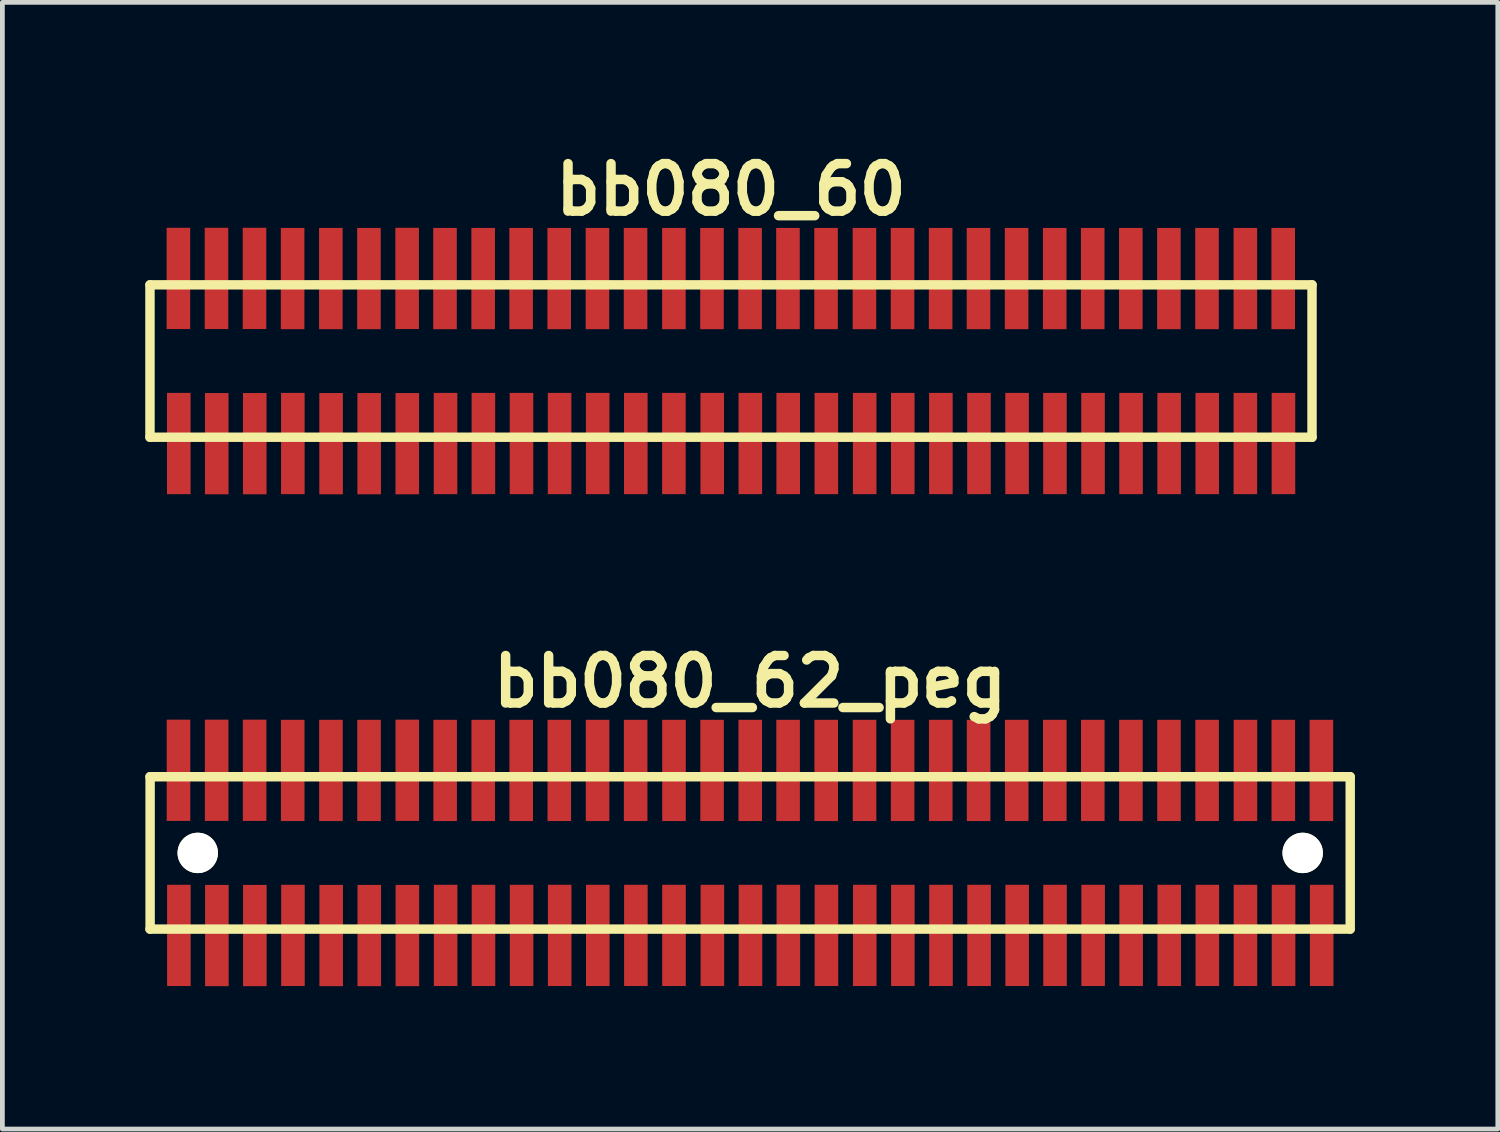
<source format=kicad_pcb>
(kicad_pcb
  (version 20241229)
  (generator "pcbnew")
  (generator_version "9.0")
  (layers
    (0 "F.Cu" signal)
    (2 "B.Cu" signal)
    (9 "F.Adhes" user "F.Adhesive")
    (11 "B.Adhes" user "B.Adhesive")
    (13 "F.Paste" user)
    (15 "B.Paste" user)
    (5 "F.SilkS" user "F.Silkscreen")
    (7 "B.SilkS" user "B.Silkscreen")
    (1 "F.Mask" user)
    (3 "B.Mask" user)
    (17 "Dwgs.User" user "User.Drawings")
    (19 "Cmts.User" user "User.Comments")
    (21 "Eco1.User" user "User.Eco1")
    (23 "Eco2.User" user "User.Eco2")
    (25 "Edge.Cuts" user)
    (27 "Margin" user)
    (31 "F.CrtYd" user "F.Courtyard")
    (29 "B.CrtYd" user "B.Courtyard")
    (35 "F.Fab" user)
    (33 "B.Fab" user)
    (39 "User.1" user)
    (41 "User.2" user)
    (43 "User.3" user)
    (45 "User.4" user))
  (footprint "bb080_60"
    (layer "F.Cu")
    (at 12.299 4.531)
    (property "Reference" "bb080_60" (at 0 -3.599 0) (layer "F.SilkS") (effects (font (size 0.998 0.998) (thickness 0.198))))
    (attr smd)
    (fp_line (start -12.2 -1.6) (end -12.2 1.6) (stroke (width 0.198) (type solid)) (layer "F.SilkS"))
    (fp_line (start -12.2 1.6) (end 12.2 1.6) (stroke (width 0.198) (type solid)) (layer "F.SilkS"))
    (fp_line (start 12.2 -1.6) (end -12.2 -1.6) (stroke (width 0.198) (type solid)) (layer "F.SilkS"))
    (fp_line (start 12.2 1.6) (end 12.2 -1.6) (stroke (width 0.198) (type solid)) (layer "F.SilkS"))
    (pad "1" smd rect (at -11.595 1.732) (size 0.495 2.126) (layers "F.Cu" "F.Mask" "F.Paste"))
    (pad "2" smd rect (at -11.603 -1.735) (size 0.495 2.126) (layers "F.Cu" "F.Mask" "F.Paste"))
    (pad "3" smd rect (at -10.798 1.735) (size 0.495 2.126) (layers "F.Cu" "F.Mask" "F.Paste"))
    (pad "4" smd rect (at -10.803 -1.735) (size 0.495 2.126) (layers "F.Cu" "F.Mask" "F.Paste"))
    (pad "5" smd rect (at -10 1.735) (size 0.495 2.126) (layers "F.Cu" "F.Mask" "F.Paste"))
    (pad "6" smd rect (at -10.005 -1.735) (size 0.495 2.126) (layers "F.Cu" "F.Mask" "F.Paste"))
    (pad "7" smd rect (at -9.2 1.732) (size 0.495 2.126) (layers "F.Cu" "F.Mask" "F.Paste"))
    (pad "8" smd rect (at -9.205 -1.732) (size 0.495 2.126) (layers "F.Cu" "F.Mask" "F.Paste"))
    (pad "9" smd rect (at -8.397 1.735) (size 0.495 2.126) (layers "F.Cu" "F.Mask" "F.Paste"))
    (pad "10" smd rect (at -8.402 -1.732) (size 0.495 2.126) (layers "F.Cu" "F.Mask" "F.Paste"))
    (pad "11" smd rect (at -7.597 1.735) (size 0.495 2.126) (layers "F.Cu" "F.Mask" "F.Paste"))
    (pad "12" smd rect (at -7.602 -1.732) (size 0.495 2.126) (layers "F.Cu" "F.Mask" "F.Paste"))
    (pad "13" smd rect (at -6.797 1.735) (size 0.495 2.126) (layers "F.Cu" "F.Mask" "F.Paste"))
    (pad "14" smd rect (at -6.8 -1.735) (size 0.495 2.126) (layers "F.Cu" "F.Mask" "F.Paste"))
    (pad "15" smd rect (at -5.994 1.732) (size 0.495 2.126) (layers "F.Cu" "F.Mask" "F.Paste"))
    (pad "16" smd rect (at -6.005 -1.732) (size 0.495 2.126) (layers "F.Cu" "F.Mask" "F.Paste"))
    (pad "17" smd rect (at -5.199 1.732) (size 0.495 2.126) (layers "F.Cu" "F.Mask" "F.Paste"))
    (pad "18" smd rect (at -5.204 -1.732) (size 0.495 2.126) (layers "F.Cu" "F.Mask" "F.Paste"))
    (pad "19" smd rect (at -4.399 1.732) (size 0.495 2.126) (layers "F.Cu" "F.Mask" "F.Paste"))
    (pad "20" smd rect (at -4.407 -1.732) (size 0.495 2.126) (layers "F.Cu" "F.Mask" "F.Paste"))
    (pad "21" smd rect (at -3.599 1.732) (size 0.495 2.126) (layers "F.Cu" "F.Mask" "F.Paste"))
    (pad "22" smd rect (at -3.607 -1.732) (size 0.495 2.126) (layers "F.Cu" "F.Mask" "F.Paste"))
    (pad "23" smd rect (at -2.799 1.732) (size 0.495 2.126) (layers "F.Cu" "F.Mask" "F.Paste"))
    (pad "24" smd rect (at -2.804 -1.732) (size 0.495 2.126) (layers "F.Cu" "F.Mask" "F.Paste"))
    (pad "25" smd rect (at -1.999 1.732) (size 0.495 2.126) (layers "F.Cu" "F.Mask" "F.Paste"))
    (pad "26" smd rect (at -2.004 -1.732) (size 0.495 2.126) (layers "F.Cu" "F.Mask" "F.Paste"))
    (pad "27" smd rect (at -1.199 1.732) (size 0.495 2.126) (layers "F.Cu" "F.Mask" "F.Paste"))
    (pad "28" smd rect (at -1.199 -1.732) (size 0.495 2.126) (layers "F.Cu" "F.Mask" "F.Paste"))
    (pad "29" smd rect (at -0.394 1.732) (size 0.495 2.126) (layers "F.Cu" "F.Mask" "F.Paste"))
    (pad "30" smd rect (at -0.399 -1.732) (size 0.495 2.126) (layers "F.Cu" "F.Mask" "F.Paste"))
    (pad "31" smd rect (at 0.406 1.732) (size 0.495 2.126) (layers "F.Cu" "F.Mask" "F.Paste"))
    (pad "32" smd rect (at 0.401 -1.732) (size 0.495 2.126) (layers "F.Cu" "F.Mask" "F.Paste"))
    (pad "33" smd rect (at 1.201 1.732) (size 0.495 2.126) (layers "F.Cu" "F.Mask" "F.Paste"))
    (pad "34" smd rect (at 1.196 -1.732) (size 0.495 2.126) (layers "F.Cu" "F.Mask" "F.Paste"))
    (pad "35" smd rect (at 2.002 1.732) (size 0.495 2.126) (layers "F.Cu" "F.Mask" "F.Paste"))
    (pad "36" smd rect (at 1.996 -1.732) (size 0.495 2.126) (layers "F.Cu" "F.Mask" "F.Paste"))
    (pad "37" smd rect (at 2.807 1.732) (size 0.495 2.126) (layers "F.Cu" "F.Mask" "F.Paste"))
    (pad "38" smd rect (at 2.802 -1.732) (size 0.495 2.126) (layers "F.Cu" "F.Mask" "F.Paste"))
    (pad "39" smd rect (at 3.607 1.732) (size 0.495 2.126) (layers "F.Cu" "F.Mask" "F.Paste"))
    (pad "40" smd rect (at 3.602 -1.732) (size 0.495 2.126) (layers "F.Cu" "F.Mask" "F.Paste"))
    (pad "41" smd rect (at 4.407 1.732) (size 0.495 2.126) (layers "F.Cu" "F.Mask" "F.Paste"))
    (pad "42" smd rect (at 4.402 -1.732) (size 0.495 2.126) (layers "F.Cu" "F.Mask" "F.Paste"))
    (pad "43" smd rect (at 5.207 1.732) (size 0.495 2.126) (layers "F.Cu" "F.Mask" "F.Paste"))
    (pad "44" smd rect (at 5.197 -1.732) (size 0.495 2.126) (layers "F.Cu" "F.Mask" "F.Paste"))
    (pad "45" smd rect (at 6.007 1.732) (size 0.495 2.126) (layers "F.Cu" "F.Mask" "F.Paste"))
    (pad "46" smd rect (at 5.997 -1.732) (size 0.495 2.126) (layers "F.Cu" "F.Mask" "F.Paste"))
    (pad "47" smd rect (at 6.802 1.732) (size 0.495 2.126) (layers "F.Cu" "F.Mask" "F.Paste"))
    (pad "48" smd rect (at 6.797 -1.732) (size 0.495 2.126) (layers "F.Cu" "F.Mask" "F.Paste"))
    (pad "49" smd rect (at 7.602 1.732) (size 0.495 2.126) (layers "F.Cu" "F.Mask" "F.Paste"))
    (pad "50" smd rect (at 7.595 -1.732) (size 0.495 2.126) (layers "F.Cu" "F.Mask" "F.Paste"))
    (pad "51" smd rect (at 8.4 1.732) (size 0.495 2.126) (layers "F.Cu" "F.Mask" "F.Paste"))
    (pad "52" smd rect (at 8.395 -1.732) (size 0.495 2.126) (layers "F.Cu" "F.Mask" "F.Paste"))
    (pad "53" smd rect (at 9.2 1.732) (size 0.495 2.126) (layers "F.Cu" "F.Mask" "F.Paste"))
    (pad "54" smd rect (at 9.195 -1.732) (size 0.495 2.126) (layers "F.Cu" "F.Mask" "F.Paste"))
    (pad "55" smd rect (at 10 1.732) (size 0.495 2.126) (layers "F.Cu" "F.Mask" "F.Paste"))
    (pad "56" smd rect (at 9.995 -1.732) (size 0.495 2.126) (layers "F.Cu" "F.Mask" "F.Paste"))
    (pad "57" smd rect (at 10.8 1.732) (size 0.495 2.126) (layers "F.Cu" "F.Mask" "F.Paste"))
    (pad "58" smd rect (at 10.8 -1.732) (size 0.495 2.126) (layers "F.Cu" "F.Mask" "F.Paste"))
    (pad "59" smd rect (at 11.6 1.732) (size 0.495 2.126) (layers "F.Cu" "F.Mask" "F.Paste"))
    (pad "60" smd rect (at 11.595 -1.732) (size 0.495 2.126) (layers "F.Cu" "F.Mask" "F.Paste")))
  (footprint "bb080_62_peg"
    (layer "F.Cu")
    (at 12.7 14.859)
    (property "Reference" "bb080_62_peg" (at 0 -3.599 0) (layer "F.SilkS") (effects (font (size 0.998 0.998) (thickness 0.198))))
    (attr smd)
    (fp_line (start -12.601 1.6) (end 12.598 1.6) (stroke (width 0.198) (type solid)) (layer "F.SilkS"))
    (fp_line (start -12.598 -1.6) (end -12.598 1.6) (stroke (width 0.198) (type solid)) (layer "F.SilkS"))
    (fp_line (start 12.598 -1.6) (end -12.601 -1.6) (stroke (width 0.198) (type solid)) (layer "F.SilkS"))
    (fp_line (start 12.601 1.6) (end 12.601 -1.6) (stroke (width 0.198) (type solid)) (layer "F.SilkS"))
    (pad "" np_thru_hole circle (at -11.598 0) (size 0.848 0.848) (drill 0.848) (layers "*.Cu" "*.Mask" "F.SilkS"))
    (pad "" np_thru_hole circle (at 11.603 0) (size 0.848 0.848) (drill 0.848) (layers "*.Cu" "*.Mask" "F.SilkS"))
    (pad "1" smd rect (at -11.994 1.732) (size 0.495 2.126) (layers "F.Cu" "F.Mask" "F.Paste"))
    (pad "2" smd rect (at -12.002 -1.735) (size 0.495 2.126) (layers "F.Cu" "F.Mask" "F.Paste"))
    (pad "3" smd rect (at -11.196 1.735) (size 0.495 2.126) (layers "F.Cu" "F.Mask" "F.Paste"))
    (pad "4" smd rect (at -11.201 -1.735) (size 0.495 2.126) (layers "F.Cu" "F.Mask" "F.Paste"))
    (pad "5" smd rect (at -10.399 1.735) (size 0.495 2.126) (layers "F.Cu" "F.Mask" "F.Paste"))
    (pad "6" smd rect (at -10.404 -1.735) (size 0.495 2.126) (layers "F.Cu" "F.Mask" "F.Paste"))
    (pad "7" smd rect (at -9.599 1.732) (size 0.495 2.126) (layers "F.Cu" "F.Mask" "F.Paste"))
    (pad "8" smd rect (at -9.604 -1.732) (size 0.495 2.126) (layers "F.Cu" "F.Mask" "F.Paste"))
    (pad "9" smd rect (at -8.796 1.735) (size 0.495 2.126) (layers "F.Cu" "F.Mask" "F.Paste"))
    (pad "10" smd rect (at -8.801 -1.732) (size 0.495 2.126) (layers "F.Cu" "F.Mask" "F.Paste"))
    (pad "11" smd rect (at -7.996 1.735) (size 0.495 2.126) (layers "F.Cu" "F.Mask" "F.Paste"))
    (pad "12" smd rect (at -8.001 -1.732) (size 0.495 2.126) (layers "F.Cu" "F.Mask" "F.Paste"))
    (pad "13" smd rect (at -7.196 1.735) (size 0.495 2.126) (layers "F.Cu" "F.Mask" "F.Paste"))
    (pad "14" smd rect (at -7.198 -1.735) (size 0.495 2.126) (layers "F.Cu" "F.Mask" "F.Paste"))
    (pad "15" smd rect (at -6.393 1.732) (size 0.495 2.126) (layers "F.Cu" "F.Mask" "F.Paste"))
    (pad "16" smd rect (at -6.403 -1.732) (size 0.495 2.126) (layers "F.Cu" "F.Mask" "F.Paste"))
    (pad "17" smd rect (at -5.598 1.732) (size 0.495 2.126) (layers "F.Cu" "F.Mask" "F.Paste"))
    (pad "18" smd rect (at -5.603 -1.732) (size 0.495 2.126) (layers "F.Cu" "F.Mask" "F.Paste"))
    (pad "19" smd rect (at -4.798 1.732) (size 0.495 2.126) (layers "F.Cu" "F.Mask" "F.Paste"))
    (pad "20" smd rect (at -4.806 -1.732) (size 0.495 2.126) (layers "F.Cu" "F.Mask" "F.Paste"))
    (pad "21" smd rect (at -3.998 1.732) (size 0.495 2.126) (layers "F.Cu" "F.Mask" "F.Paste"))
    (pad "22" smd rect (at -4.006 -1.732) (size 0.495 2.126) (layers "F.Cu" "F.Mask" "F.Paste"))
    (pad "23" smd rect (at -3.198 1.732) (size 0.495 2.126) (layers "F.Cu" "F.Mask" "F.Paste"))
    (pad "24" smd rect (at -3.203 -1.732) (size 0.495 2.126) (layers "F.Cu" "F.Mask" "F.Paste"))
    (pad "25" smd rect (at -2.398 1.732) (size 0.495 2.126) (layers "F.Cu" "F.Mask" "F.Paste"))
    (pad "26" smd rect (at -2.403 -1.732) (size 0.495 2.126) (layers "F.Cu" "F.Mask" "F.Paste"))
    (pad "27" smd rect (at -1.598 1.732) (size 0.495 2.126) (layers "F.Cu" "F.Mask" "F.Paste"))
    (pad "28" smd rect (at -1.598 -1.732) (size 0.495 2.126) (layers "F.Cu" "F.Mask" "F.Paste"))
    (pad "29" smd rect (at -0.792 1.732) (size 0.495 2.126) (layers "F.Cu" "F.Mask" "F.Paste"))
    (pad "30" smd rect (at -0.798 -1.732) (size 0.495 2.126) (layers "F.Cu" "F.Mask" "F.Paste"))
    (pad "31" smd rect (at 0.008 1.732) (size 0.495 2.126) (layers "F.Cu" "F.Mask" "F.Paste"))
    (pad "32" smd rect (at 0.003 -1.732) (size 0.495 2.126) (layers "F.Cu" "F.Mask" "F.Paste"))
    (pad "33" smd rect (at 0.803 1.732) (size 0.495 2.126) (layers "F.Cu" "F.Mask" "F.Paste"))
    (pad "34" smd rect (at 0.798 -1.732) (size 0.495 2.126) (layers "F.Cu" "F.Mask" "F.Paste"))
    (pad "35" smd rect (at 1.603 1.732) (size 0.495 2.126) (layers "F.Cu" "F.Mask" "F.Paste"))
    (pad "36" smd rect (at 1.598 -1.732) (size 0.495 2.126) (layers "F.Cu" "F.Mask" "F.Paste"))
    (pad "37" smd rect (at 2.408 1.732) (size 0.495 2.126) (layers "F.Cu" "F.Mask" "F.Paste"))
    (pad "38" smd rect (at 2.403 -1.732) (size 0.495 2.126) (layers "F.Cu" "F.Mask" "F.Paste"))
    (pad "39" smd rect (at 3.208 1.732) (size 0.495 2.126) (layers "F.Cu" "F.Mask" "F.Paste"))
    (pad "40" smd rect (at 3.203 -1.732) (size 0.495 2.126) (layers "F.Cu" "F.Mask" "F.Paste"))
    (pad "41" smd rect (at 4.008 1.732) (size 0.495 2.126) (layers "F.Cu" "F.Mask" "F.Paste"))
    (pad "42" smd rect (at 4.003 -1.732) (size 0.495 2.126) (layers "F.Cu" "F.Mask" "F.Paste"))
    (pad "43" smd rect (at 4.808 1.732) (size 0.495 2.126) (layers "F.Cu" "F.Mask" "F.Paste"))
    (pad "44" smd rect (at 4.798 -1.732) (size 0.495 2.126) (layers "F.Cu" "F.Mask" "F.Paste"))
    (pad "45" smd rect (at 5.608 1.732) (size 0.495 2.126) (layers "F.Cu" "F.Mask" "F.Paste"))
    (pad "46" smd rect (at 5.598 -1.732) (size 0.495 2.126) (layers "F.Cu" "F.Mask" "F.Paste"))
    (pad "47" smd rect (at 6.403 1.732) (size 0.495 2.126) (layers "F.Cu" "F.Mask" "F.Paste"))
    (pad "48" smd rect (at 6.398 -1.732) (size 0.495 2.126) (layers "F.Cu" "F.Mask" "F.Paste"))
    (pad "49" smd rect (at 7.203 1.732) (size 0.495 2.126) (layers "F.Cu" "F.Mask" "F.Paste"))
    (pad "50" smd rect (at 7.196 -1.732) (size 0.495 2.126) (layers "F.Cu" "F.Mask" "F.Paste"))
    (pad "51" smd rect (at 8.001 1.732) (size 0.495 2.126) (layers "F.Cu" "F.Mask" "F.Paste"))
    (pad "52" smd rect (at 7.996 -1.732) (size 0.495 2.126) (layers "F.Cu" "F.Mask" "F.Paste"))
    (pad "53" smd rect (at 8.801 1.732) (size 0.495 2.126) (layers "F.Cu" "F.Mask" "F.Paste"))
    (pad "54" smd rect (at 8.796 -1.732) (size 0.495 2.126) (layers "F.Cu" "F.Mask" "F.Paste"))
    (pad "55" smd rect (at 9.601 1.732) (size 0.495 2.126) (layers "F.Cu" "F.Mask" "F.Paste"))
    (pad "56" smd rect (at 9.596 -1.732) (size 0.495 2.126) (layers "F.Cu" "F.Mask" "F.Paste"))
    (pad "57" smd rect (at 10.401 1.732) (size 0.495 2.126) (layers "F.Cu" "F.Mask" "F.Paste"))
    (pad "58" smd rect (at 10.401 -1.732) (size 0.495 2.126) (layers "F.Cu" "F.Mask" "F.Paste"))
    (pad "59" smd rect (at 11.201 1.732) (size 0.495 2.126) (layers "F.Cu" "F.Mask" "F.Paste"))
    (pad "60" smd rect (at 11.196 -1.732) (size 0.495 2.126) (layers "F.Cu" "F.Mask" "F.Paste"))
    (pad "61" smd rect (at 12.002 1.732) (size 0.495 2.126) (layers "F.Cu" "F.Mask" "F.Paste"))
    (pad "62" smd rect (at 11.996 -1.732) (size 0.495 2.126) (layers "F.Cu" "F.Mask" "F.Paste")))
  (gr_rect
    (start -3 -3)
    (end 28.4 20.657)
    (stroke (width 0.1) (type default))
    (fill no)
    (layer "Edge.Cuts")))
</source>
